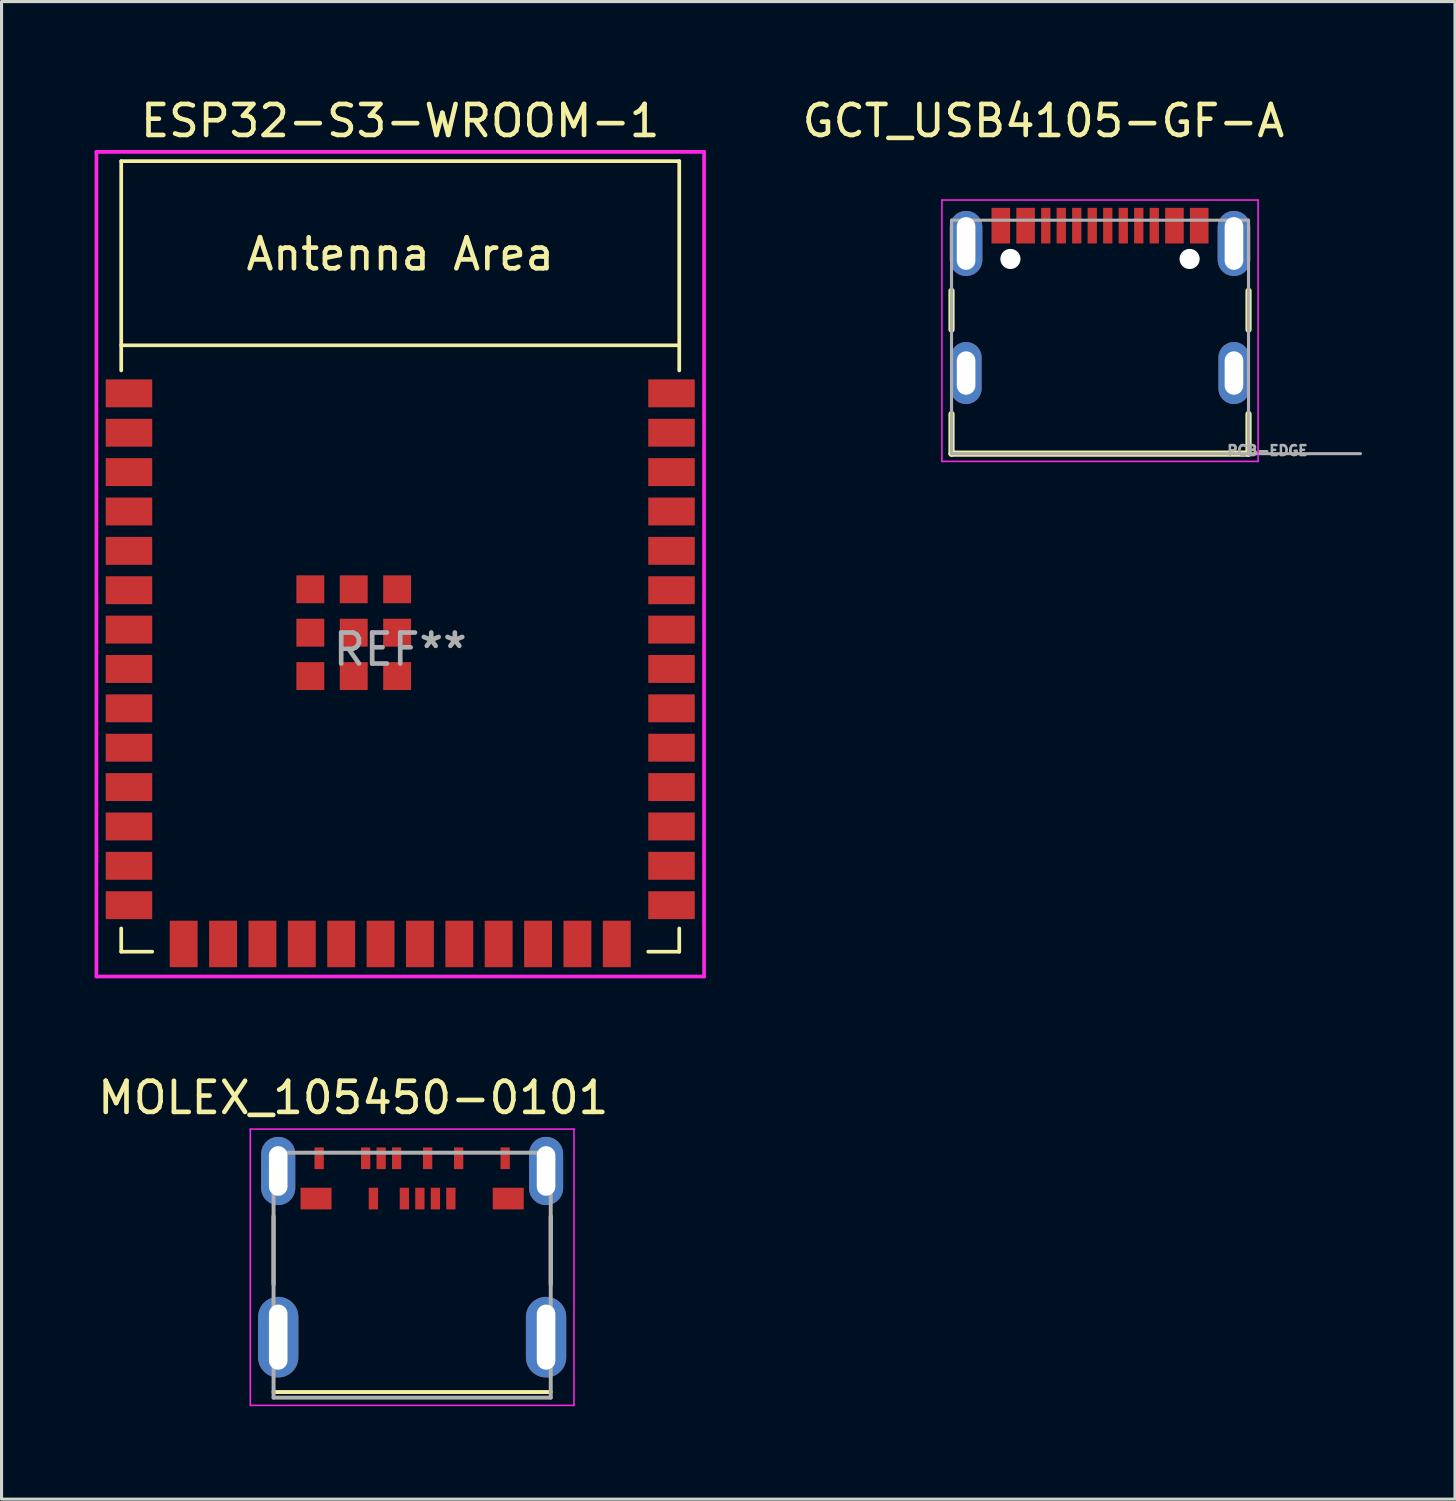
<source format=kicad_pcb>
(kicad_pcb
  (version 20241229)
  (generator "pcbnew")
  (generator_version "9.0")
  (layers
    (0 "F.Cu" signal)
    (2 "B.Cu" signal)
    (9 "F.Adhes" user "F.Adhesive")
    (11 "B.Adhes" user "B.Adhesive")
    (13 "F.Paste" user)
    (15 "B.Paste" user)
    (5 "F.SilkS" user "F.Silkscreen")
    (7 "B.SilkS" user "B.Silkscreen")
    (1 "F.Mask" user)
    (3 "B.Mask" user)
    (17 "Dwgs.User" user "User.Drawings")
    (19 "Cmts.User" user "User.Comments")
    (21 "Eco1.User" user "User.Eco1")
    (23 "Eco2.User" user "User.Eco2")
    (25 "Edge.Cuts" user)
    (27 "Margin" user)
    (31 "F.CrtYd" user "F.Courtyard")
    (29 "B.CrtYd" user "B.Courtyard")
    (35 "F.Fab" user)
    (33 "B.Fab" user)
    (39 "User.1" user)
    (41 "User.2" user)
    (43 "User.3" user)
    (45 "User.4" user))
  (footprint "MOLEX_105450-0101"
    (layer "F.Cu")
    (at 10.244 38.081)
    (property "Reference" "MOLEX_105450-0101" (at -1.899 -5.723 0) (layer "F.SilkS") (effects (font (size 1.004 1.004) (thickness 0.15))))
    (attr through_hole)
    (fp_line (start -4.47 0.3) (end -4.47 -1.9) (stroke (width 0.127) (type solid)) (layer "F.SilkS"))
    (fp_line (start -4.47 3.77) (end 4.47 3.77) (stroke (width 0.127) (type solid)) (layer "F.SilkS"))
    (fp_line (start 4.47 0.3) (end 4.47 -1.9) (stroke (width 0.127) (type solid)) (layer "F.SilkS"))
    (fp_line (start -5.22 -4.71) (end 5.22 -4.71) (stroke (width 0.05) (type solid)) (layer "F.CrtYd"))
    (fp_line (start -5.22 4.2) (end -5.22 -4.71) (stroke (width 0.05) (type solid)) (layer "F.CrtYd"))
    (fp_line (start 5.22 -4.71) (end 5.22 4.2) (stroke (width 0.05) (type solid)) (layer "F.CrtYd"))
    (fp_line (start 5.22 4.2) (end -5.22 4.2) (stroke (width 0.05) (type solid)) (layer "F.CrtYd"))
    (fp_line (start -4.47 -3.95) (end -4.47 3.95) (stroke (width 0.127) (type solid)) (layer "F.Fab"))
    (fp_line (start -4.47 3.95) (end 4.47 3.95) (stroke (width 0.127) (type solid)) (layer "F.Fab"))
    (fp_line (start 4.47 -3.95) (end -4.47 -3.95) (stroke (width 0.127) (type solid)) (layer "F.Fab"))
    (fp_line (start 4.47 3.95) (end 4.47 -3.95) (stroke (width 0.127) (type solid)) (layer "F.Fab"))
    (pad "A1" smd rect (at -3 -3.77) (size 0.3 0.7) (layers "F.Cu" "F.Mask" "F.Paste"))
    (pad "A4" smd rect (at -1.5 -3.77) (size 0.3 0.7) (layers "F.Cu" "F.Mask" "F.Paste"))
    (pad "A5" smd rect (at -1 -3.77) (size 0.3 0.7) (layers "F.Cu" "F.Mask" "F.Paste"))
    (pad "A6" smd rect (at -0.5 -3.77) (size 0.3 0.7) (layers "F.Cu" "F.Mask" "F.Paste"))
    (pad "A7" smd rect (at 0.5 -3.77) (size 0.3 0.7) (layers "F.Cu" "F.Mask" "F.Paste"))
    (pad "A9" smd rect (at 1.5 -3.77) (size 0.3 0.7) (layers "F.Cu" "F.Mask" "F.Paste"))
    (pad "A12" smd rect (at 3 -3.77) (size 0.3 0.7) (layers "F.Cu" "F.Mask" "F.Paste"))
    (pad "B1" smd rect (at 3.1 -2.47) (size 1 0.7) (layers "F.Cu" "F.Mask" "F.Paste"))
    (pad "B4" smd rect (at 1.25 -2.47) (size 0.3 0.7) (layers "F.Cu" "F.Mask" "F.Paste"))
    (pad "B5" smd rect (at 0.75 -2.47) (size 0.3 0.7) (layers "F.Cu" "F.Mask" "F.Paste"))
    (pad "B6" smd rect (at 0.25 -2.47) (size 0.3 0.7) (layers "F.Cu" "F.Mask" "F.Paste"))
    (pad "B7" smd rect (at -0.25 -2.47) (size 0.3 0.7) (layers "F.Cu" "F.Mask" "F.Paste"))
    (pad "B9" smd rect (at -1.25 -2.47) (size 0.3 0.7) (layers "F.Cu" "F.Mask" "F.Paste"))
    (pad "B12" smd rect (at -3.1 -2.47) (size 1 0.7) (layers "F.Cu" "F.Mask" "F.Paste"))
    (pad "S1" thru_hole oval (at -4.32 -3.36) (size 1.1 2.2) (drill oval 0.6 1.6) (layers "*.Cu" "*.Mask"))
    (pad "S2" thru_hole oval (at 4.32 -3.36) (size 1.1 2.2) (drill oval 0.6 1.6) (layers "*.Cu" "*.Mask"))
    (pad "S3" thru_hole oval (at -4.32 2) (size 1.3 2.6) (drill oval 0.6 2.1) (layers "*.Cu" "*.Mask"))
    (pad "S4" thru_hole oval (at 4.32 2) (size 1.3 2.6) (drill oval 0.6 2.1) (layers "*.Cu" "*.Mask"))
    (zone (net_name "") (layer "F.Cu") (hatch full 0.508) (connect_pads) (min_thickness 0.01) (filled_areas_thickness no) (keepout (tracks not_allowed) (vias not_allowed) (pads not_allowed) (copperpour not_allowed) (footprints allowed)) (placement (enabled no)) (fill) (polygon (pts (xy 6.743 38.056) (xy 13.744 38.056) (xy 13.744 41.852) (xy 6.743 41.852))))
    (zone (net_name "") (layers "F.Cu" "B.Cu") (hatch full 0.508) (connect_pads) (min_thickness 0.01) (filled_areas_thickness no) (keepout (tracks allowed) (vias not_allowed) (pads allowed) (copperpour allowed) (footprints allowed)) (placement (enabled no)) (fill) (polygon (pts (xy 6.741 38.056) (xy 13.744 38.056) (xy 13.744 41.854) (xy 6.741 41.854)))))
  (footprint "ESP32-S3-WROOM-1"
    (layer "F.Cu")
    (at 9.86 17.898)
    (property "Reference" "ESP32-S3-WROOM-1" (at 0 -17.05 0) (layer "F.SilkS") (effects (font (size 1 1) (thickness 0.15))))
    (attr smd)
    (fp_line (start -9 -15.75) (end -9 -9) (stroke (width 0.12) (type solid)) (layer "F.SilkS"))
    (fp_line (start -9 -15.75) (end 9 -15.75) (stroke (width 0.12) (type solid)) (layer "F.SilkS"))
    (fp_line (start -9 9) (end -9 9.75) (stroke (width 0.12) (type solid)) (layer "F.SilkS"))
    (fp_line (start -9 9.75) (end -8 9.75) (stroke (width 0.12) (type solid)) (layer "F.SilkS"))
    (fp_line (start 9 -15.75) (end 9 -9) (stroke (width 0.12) (type solid)) (layer "F.SilkS"))
    (fp_line (start 9 -9.81) (end -9 -9.81) (stroke (width 0.12) (type solid)) (layer "F.SilkS"))
    (fp_line (start 9 9) (end 9 9.75) (stroke (width 0.12) (type solid)) (layer "F.SilkS"))
    (fp_line (start 9 9.75) (end 8 9.75) (stroke (width 0.12) (type solid)) (layer "F.SilkS"))
    (fp_line (start -9 -15.75) (end 9 -15.75) (stroke (width 0.12) (type solid)) (layer "Eco2.User"))
    (fp_line (start -9 -9.81) (end 9 -9.81) (stroke (width 0.12) (type solid)) (layer "Eco2.User"))
    (fp_line (start -9 9.75) (end -9 -15.75) (stroke (width 0.12) (type solid)) (layer "Eco2.User"))
    (fp_line (start 9 -15.75) (end 9 9.75) (stroke (width 0.12) (type solid)) (layer "Eco2.User"))
    (fp_line (start 9 9.75) (end -9 9.75) (stroke (width 0.12) (type solid)) (layer "Eco2.User"))
    (fp_line (start -9.8 -16.05) (end -9.8 10.55) (stroke (width 0.12) (type solid)) (layer "F.CrtYd"))
    (fp_line (start -9.8 10.55) (end 9.8 10.55) (stroke (width 0.12) (type solid)) (layer "F.CrtYd"))
    (fp_line (start 9.8 -16.05) (end -9.8 -16.05) (stroke (width 0.12) (type solid)) (layer "F.CrtYd"))
    (fp_line (start 9.8 -16.05) (end 9.8 10.55) (stroke (width 0.12) (type solid)) (layer "F.CrtYd"))
    (fp_text user "Antenna Area" (at 0 -12.75 0) (layer "F.SilkS") (effects (font (size 1 1) (thickness 0.15))))
    (fp_text user "Antenna Area" (at 0 -12.75 0) (layer "Eco2.User") (effects (font (size 1 1) (thickness 0.15))))
    (fp_text user "REF**" (at 0 0 0) (layer "F.Fab") (effects (font (size 1 1) (thickness 0.15))))
    (pad "1" smd rect (at -8.75 -8.26) (size 1.5 0.9) (layers "F.Cu" "F.Mask" "F.Paste"))
    (pad "2" smd rect (at -8.75 -6.99) (size 1.5 0.9) (layers "F.Cu" "F.Mask" "F.Paste"))
    (pad "3" smd rect (at -8.75 -5.72) (size 1.5 0.9) (layers "F.Cu" "F.Mask" "F.Paste"))
    (pad "4" smd rect (at -8.75 -4.45) (size 1.5 0.9) (layers "F.Cu" "F.Mask" "F.Paste"))
    (pad "5" smd rect (at -8.75 -3.18) (size 1.5 0.9) (layers "F.Cu" "F.Mask" "F.Paste"))
    (pad "6" smd rect (at -8.75 -1.91) (size 1.5 0.9) (layers "F.Cu" "F.Mask" "F.Paste"))
    (pad "7" smd rect (at -8.75 -0.64) (size 1.5 0.9) (layers "F.Cu" "F.Mask" "F.Paste"))
    (pad "8" smd rect (at -8.75 0.63) (size 1.5 0.9) (layers "F.Cu" "F.Mask" "F.Paste"))
    (pad "9" smd rect (at -8.75 1.9) (size 1.5 0.9) (layers "F.Cu" "F.Mask" "F.Paste"))
    (pad "10" smd rect (at -8.75 3.17) (size 1.5 0.9) (layers "F.Cu" "F.Mask" "F.Paste"))
    (pad "11" smd rect (at -8.75 4.44) (size 1.5 0.9) (layers "F.Cu" "F.Mask" "F.Paste"))
    (pad "12" smd rect (at -8.75 5.71) (size 1.5 0.9) (layers "F.Cu" "F.Mask" "F.Paste"))
    (pad "13" smd rect (at -8.75 6.98) (size 1.5 0.9) (layers "F.Cu" "F.Mask" "F.Paste"))
    (pad "14" smd rect (at -8.75 8.25) (size 1.5 0.9) (layers "F.Cu" "F.Mask" "F.Paste"))
    (pad "15" smd rect (at -6.985 9.5 90) (size 1.5 0.9) (layers "F.Cu" "F.Mask" "F.Paste"))
    (pad "16" smd rect (at -5.715 9.5 90) (size 1.5 0.9) (layers "F.Cu" "F.Mask" "F.Paste"))
    (pad "17" smd rect (at -4.445 9.5 90) (size 1.5 0.9) (layers "F.Cu" "F.Mask" "F.Paste"))
    (pad "18" smd rect (at -3.175 9.5 90) (size 1.5 0.9) (layers "F.Cu" "F.Mask" "F.Paste"))
    (pad "19" smd rect (at -1.905 9.5 90) (size 1.5 0.9) (layers "F.Cu" "F.Mask" "F.Paste"))
    (pad "20" smd rect (at -0.635 9.5 90) (size 1.5 0.9) (layers "F.Cu" "F.Mask" "F.Paste"))
    (pad "21" smd rect (at 0.635 9.5 90) (size 1.5 0.9) (layers "F.Cu" "F.Mask" "F.Paste"))
    (pad "22" smd rect (at 1.905 9.5 90) (size 1.5 0.9) (layers "F.Cu" "F.Mask" "F.Paste"))
    (pad "23" smd rect (at 3.175 9.5 90) (size 1.5 0.9) (layers "F.Cu" "F.Mask" "F.Paste"))
    (pad "24" smd rect (at 4.445 9.5 90) (size 1.5 0.9) (layers "F.Cu" "F.Mask" "F.Paste"))
    (pad "25" smd rect (at 5.715 9.5 90) (size 1.5 0.9) (layers "F.Cu" "F.Mask" "F.Paste"))
    (pad "26" smd rect (at 6.985 9.5 90) (size 1.5 0.9) (layers "F.Cu" "F.Mask" "F.Paste"))
    (pad "27" smd rect (at 8.75 8.25 180) (size 1.5 0.9) (layers "F.Cu" "F.Mask" "F.Paste"))
    (pad "28" smd rect (at 8.75 6.98 180) (size 1.5 0.9) (layers "F.Cu" "F.Mask" "F.Paste"))
    (pad "29" smd rect (at 8.75 5.71 180) (size 1.5 0.9) (layers "F.Cu" "F.Mask" "F.Paste"))
    (pad "30" smd rect (at 8.75 4.44 180) (size 1.5 0.9) (layers "F.Cu" "F.Mask" "F.Paste"))
    (pad "31" smd rect (at 8.75 3.17 180) (size 1.5 0.9) (layers "F.Cu" "F.Mask" "F.Paste"))
    (pad "32" smd rect (at 8.75 1.9 180) (size 1.5 0.9) (layers "F.Cu" "F.Mask" "F.Paste"))
    (pad "33" smd rect (at 8.75 0.63 180) (size 1.5 0.9) (layers "F.Cu" "F.Mask" "F.Paste"))
    (pad "34" smd rect (at 8.75 -0.64 180) (size 1.5 0.9) (layers "F.Cu" "F.Mask" "F.Paste"))
    (pad "35" smd rect (at 8.75 -1.91 180) (size 1.5 0.9) (layers "F.Cu" "F.Mask" "F.Paste"))
    (pad "36" smd rect (at 8.75 -3.18 180) (size 1.5 0.9) (layers "F.Cu" "F.Mask" "F.Paste"))
    (pad "37" smd rect (at 8.75 -4.45 180) (size 1.5 0.9) (layers "F.Cu" "F.Mask" "F.Paste"))
    (pad "38" smd rect (at 8.75 -5.72 180) (size 1.5 0.9) (layers "F.Cu" "F.Mask" "F.Paste"))
    (pad "39" smd rect (at 8.75 -6.99 180) (size 1.5 0.9) (layers "F.Cu" "F.Mask" "F.Paste"))
    (pad "40" smd rect (at 8.75 -8.26 180) (size 1.5 0.9) (layers "F.Cu" "F.Mask" "F.Paste"))
    (pad "41" smd rect (at -2.9 -1.94 180) (size 0.9 0.9) (layers "F.Cu" "F.Mask" "F.Paste"))
    (pad "41" smd rect (at -2.9 -0.54 180) (size 0.9 0.9) (layers "F.Cu" "F.Mask" "F.Paste"))
    (pad "41" smd rect (at -2.9 0.86 180) (size 0.9 0.9) (layers "F.Cu" "F.Mask" "F.Paste"))
    (pad "41" smd rect (at -1.5 -1.94 180) (size 0.9 0.9) (layers "F.Cu" "F.Mask" "F.Paste"))
    (pad "41" smd rect (at -1.5 -0.54 180) (size 0.9 0.9) (layers "F.Cu" "F.Mask" "F.Paste"))
    (pad "41" smd rect (at -1.5 0.86 180) (size 0.9 0.9) (layers "F.Cu" "F.Mask" "F.Paste"))
    (pad "41" smd rect (at -0.1 -1.94 180) (size 0.9 0.9) (layers "F.Cu" "F.Mask" "F.Paste"))
    (pad "41" smd rect (at -0.1 -0.54 180) (size 0.9 0.9) (layers "F.Cu" "F.Mask" "F.Paste"))
    (pad "41" smd rect (at -0.1 0.86 180) (size 0.9 0.9) (layers "F.Cu" "F.Mask" "F.Paste")))
  (footprint "GCT_USB4105-GF-A"
    (layer "F.Cu")
    (at 32.432 8.983)
    (property "Reference" "GCT_USB4105-GF-A" (at -1.825 -8.135 0) (layer "F.SilkS") (effects (font (size 1 1) (thickness 0.15))))
    (attr through_hole)
    (fp_line (start -4.79 -2.65) (end -4.79 -1.4) (stroke (width 0.2) (type solid)) (layer "F.SilkS"))
    (fp_line (start -4.79 1.32) (end -4.79 2.6) (stroke (width 0.2) (type solid)) (layer "F.SilkS"))
    (fp_line (start -4.79 2.6) (end 4.79 2.6) (stroke (width 0.2) (type solid)) (layer "F.SilkS"))
    (fp_line (start 4.79 -2.65) (end 4.79 -1.4) (stroke (width 0.2) (type solid)) (layer "F.SilkS"))
    (fp_line (start 4.79 2.6) (end 4.79 1.32) (stroke (width 0.2) (type solid)) (layer "F.SilkS"))
    (fp_line (start -5.1 -5.58) (end -5.1 2.85) (stroke (width 0.05) (type solid)) (layer "F.CrtYd"))
    (fp_line (start -5.1 2.85) (end 5.1 2.85) (stroke (width 0.05) (type solid)) (layer "F.CrtYd"))
    (fp_line (start 5.1 -5.58) (end -5.1 -5.58) (stroke (width 0.05) (type solid)) (layer "F.CrtYd"))
    (fp_line (start 5.1 2.85) (end 5.1 -5.58) (stroke (width 0.05) (type solid)) (layer "F.CrtYd"))
    (fp_line (start -4.79 -4.93) (end 4.79 -4.93) (stroke (width 0.1) (type solid)) (layer "F.Fab"))
    (fp_line (start -4.79 2.6) (end -4.79 -4.93) (stroke (width 0.1) (type solid)) (layer "F.Fab"))
    (fp_line (start 4.79 -4.93) (end 4.79 2.6) (stroke (width 0.1) (type solid)) (layer "F.Fab"))
    (fp_line (start 4.79 2.6) (end -4.79 2.6) (stroke (width 0.1) (type solid)) (layer "F.Fab"))
    (fp_line (start 4.8 2.6) (end 8.4 2.6) (stroke (width 0.1) (type solid)) (layer "F.Fab"))
    (fp_text user "PCB-EDGE" (at 5.4 2.5 0) (layer "F.Fab") (effects (font (size 0.32 0.32) (thickness 0.15))))
    (pad "" np_thru_hole circle (at -2.89 -3.68) (size 0.65 0.65) (drill 0.65) (layers "*.Cu" "*.Mask"))
    (pad "" np_thru_hole circle (at 2.89 -3.68) (size 0.65 0.65) (drill 0.65) (layers "*.Cu" "*.Mask"))
    (pad "A1_B12" smd rect (at -3.2 -4.755) (size 0.6 1.15) (layers "F.Cu" "F.Mask" "F.Paste"))
    (pad "A4_B9" smd rect (at -2.4 -4.755) (size 0.6 1.15) (layers "F.Cu" "F.Mask" "F.Paste"))
    (pad "A5" smd rect (at -1.25 -4.755) (size 0.3 1.15) (layers "F.Cu" "F.Mask" "F.Paste"))
    (pad "A6" smd rect (at -0.25 -4.755) (size 0.3 1.15) (layers "F.Cu" "F.Mask" "F.Paste"))
    (pad "A7" smd rect (at 0.25 -4.755) (size 0.3 1.15) (layers "F.Cu" "F.Mask" "F.Paste"))
    (pad "A8" smd rect (at 1.25 -4.755) (size 0.3 1.15) (layers "F.Cu" "F.Mask" "F.Paste"))
    (pad "B1_A12" smd rect (at 3.2 -4.755) (size 0.6 1.15) (layers "F.Cu" "F.Mask" "F.Paste"))
    (pad "B4_A9" smd rect (at 2.4 -4.755) (size 0.6 1.15) (layers "F.Cu" "F.Mask" "F.Paste"))
    (pad "B5" smd rect (at 1.75 -4.755) (size 0.3 1.15) (layers "F.Cu" "F.Mask" "F.Paste"))
    (pad "B6" smd rect (at 0.75 -4.755) (size 0.3 1.15) (layers "F.Cu" "F.Mask" "F.Paste"))
    (pad "B7" smd rect (at -0.75 -4.755) (size 0.3 1.15) (layers "F.Cu" "F.Mask" "F.Paste"))
    (pad "B8" smd rect (at -1.75 -4.755) (size 0.3 1.15) (layers "F.Cu" "F.Mask" "F.Paste"))
    (pad "S1" thru_hole oval (at -4.32 -4.18) (size 1.05 2.1) (drill oval 0.6 1.7) (layers "*.Cu" "*.Mask"))
    (pad "S2" thru_hole oval (at -4.32 0) (size 1 2) (drill oval 0.6 1.4) (layers "*.Cu" "*.Mask"))
    (pad "S3" thru_hole oval (at 4.32 0) (size 1 2) (drill oval 0.6 1.4) (layers "*.Cu" "*.Mask"))
    (pad "S4" thru_hole oval (at 4.32 -4.18) (size 1.05 2.1) (drill oval 0.6 1.7) (layers "*.Cu" "*.Mask")))
  (gr_rect
    (start -3 -3)
    (end 43.882 45.306)
    (stroke (width 0.1) (type default))
    (fill no)
    (layer "Edge.Cuts")))
</source>
